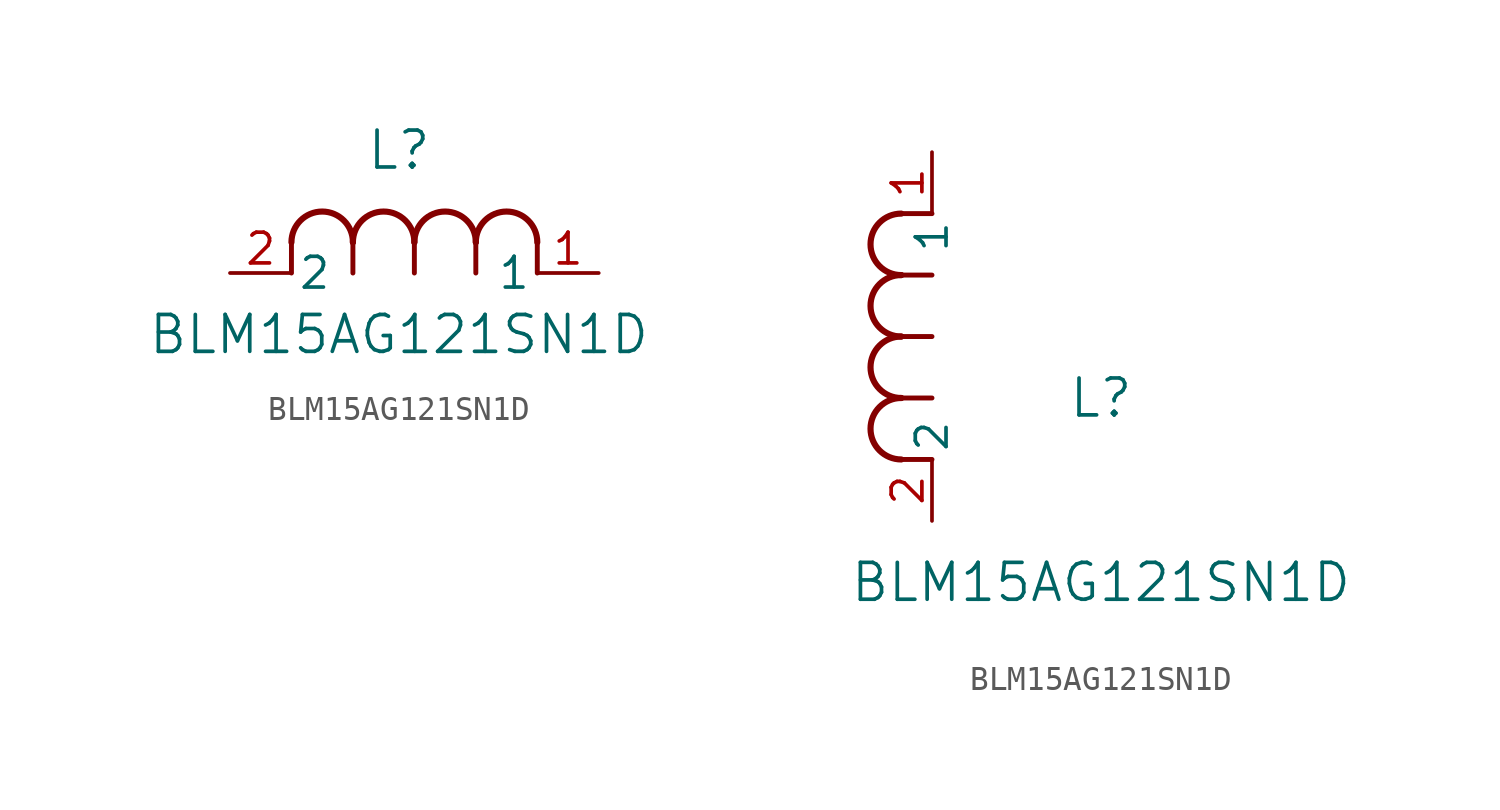
<source format=kicad_sym>
(kicad_symbol_lib
  (version 20211014)
  (generator kicad_symbol_editor)
  (symbol "BLM15AG121SN1D"
    (pin_names
      (offset 0.254))
    (property "Reference" "L"
      (at 6.985 5.08 0)
      (effects (font (size 1.524 1.524))))
    (property "Value" "BLM15AG121SN1D"
      (at 6.985 -2.54 0)
      (effects (font (size 1.524 1.524))))
    (symbol "BLM15AG121SN1D_1_1"
      (arc (start 7.62 1.27) (mid 6.35 2.54) (end 5.08 1.27) (stroke (width 0.254) (type default) (color 0 0 0 0)) (fill (type none)))
      (polyline (pts (xy 5.08 0) (xy 5.08 1.27)) (stroke (width 0.203) (type default) (color 0 0 0 0)) (fill (type none)))
      (polyline (pts (xy 7.62 0) (xy 7.62 1.27)) (stroke (width 0.203) (type default) (color 0 0 0 0)) (fill (type none)))
      (polyline (pts (xy 12.7 0) (xy 12.7 1.27)) (stroke (width 0.203) (type default) (color 0 0 0 0)) (fill (type none)))
      (arc (start 5.08 1.27) (mid 3.81 2.54) (end 2.54 1.27) (stroke (width 0.254) (type default) (color 0 0 0 0)) (fill (type none)))
      (arc (start 10.16 1.27) (mid 8.89 2.54) (end 7.62 1.27) (stroke (width 0.254) (type default) (color 0 0 0 0)) (fill (type none)))
      (arc (start 12.7 1.27) (mid 11.43 2.54) (end 10.16 1.27) (stroke (width 0.254) (type default) (color 0 0 0 0)) (fill (type none)))
      (polyline (pts (xy 2.54 0) (xy 2.54 1.27)) (stroke (width 0.203) (type default) (color 0 0 0 0)) (fill (type none)))
      (polyline (pts (xy 10.16 0) (xy 10.16 1.27)) (stroke (width 0.203) (type default) (color 0 0 0 0)) (fill (type none)))
      (pin unspecified line (at 0 0 0) (length 2.54) (name "2" (effects (font (size 1.27 1.27)))) (number "2" (effects (font (size 1.27 1.27)))))
      (pin unspecified line (at 15.24 0 180) (length 2.54) (name "1" (effects (font (size 1.27 1.27)))) (number "1" (effects (font (size 1.27 1.27))))))
    (symbol "BLM15AG121SN1D_1_2"
      (arc (start -1.27 7.62) (mid -2.54 6.35) (end -1.27 5.08) (stroke (width 0.254) (type default) (color 0 0 0 0)) (fill (type none)))
      (arc (start -1.27 5.08) (mid -2.54 3.81) (end -1.27 2.54) (stroke (width 0.254) (type default) (color 0 0 0 0)) (fill (type none)))
      (arc (start -1.27 12.7) (mid -2.54 11.43) (end -1.27 10.16) (stroke (width 0.254) (type default) (color 0 0 0 0)) (fill (type none)))
      (arc (start -1.27 10.16) (mid -2.54 8.89) (end -1.27 7.62) (stroke (width 0.254) (type default) (color 0 0 0 0)) (fill (type none)))
      (polyline (pts (xy 0 7.62) (xy -1.27 7.62)) (stroke (width 0.203) (type default) (color 0 0 0 0)) (fill (type none)))
      (polyline (pts (xy 0 5.08) (xy -1.27 5.08)) (stroke (width 0.203) (type default) (color 0 0 0 0)) (fill (type none)))
      (polyline (pts (xy 0 12.7) (xy -1.27 12.7)) (stroke (width 0.203) (type default) (color 0 0 0 0)) (fill (type none)))
      (polyline (pts (xy 0 2.54) (xy -1.27 2.54)) (stroke (width 0.203) (type default) (color 0 0 0 0)) (fill (type none)))
      (polyline (pts (xy 0 10.16) (xy -1.27 10.16)) (stroke (width 0.203) (type default) (color 0 0 0 0)) (fill (type none)))
      (pin unspecified line (at 0 0 90) (length 2.54) (name "2" (effects (font (size 1.27 1.27)))) (number "2" (effects (font (size 1.27 1.27)))))
      (pin unspecified line (at 0 15.24 270) (length 2.54) (name "1" (effects (font (size 1.27 1.27)))) (number "1" (effects (font (size 1.27 1.27))))))))
</source>
